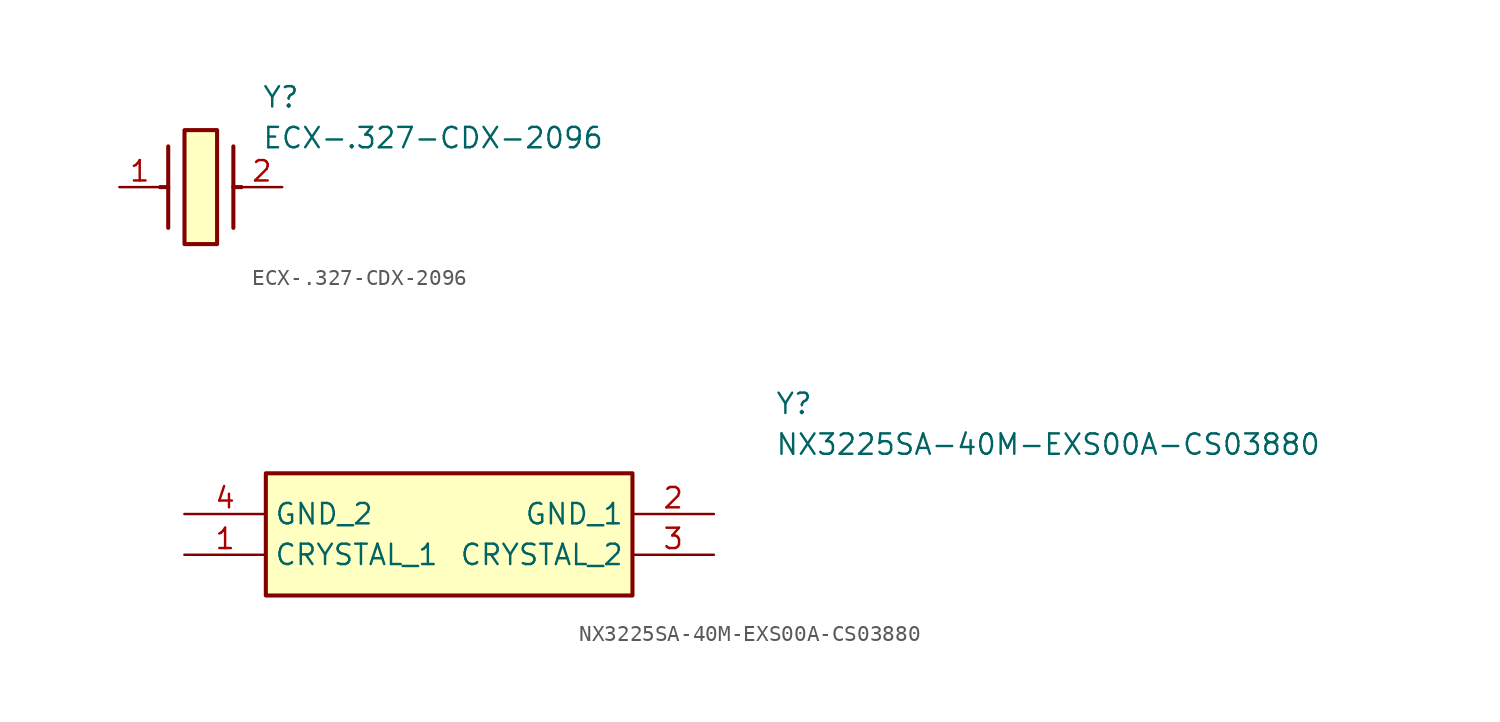
<source format=kicad_sym>
(kicad_symbol_lib
  (version 20241209)
  (generator "kicad_symbol_editor")
  (generator_version "9.0")
  (symbol "ECX-.327-CDX-2096"
    (pin_names
      (hide yes))
    (property "Reference" "Y"
      (at 8.89 6.35 0)
      (effects (font (size 1.27 1.27)) (justify left top)))
    (property "Value" "ECX-.327-CDX-2096"
      (at 8.89 3.81 0)
      (effects (font (size 1.27 1.27)) (justify left top)))
    (symbol "ECX-.327-CDX-2096_1_1"
      (polyline (pts (xy 3.048 2.54) (xy 3.048 -2.54)) (stroke (width 0.254) (type default)) (fill (type none)))
      (polyline (pts (xy 3.048 0) (xy 2.54 0)) (stroke (width 0.254) (type default)) (fill (type none)))
      (rectangle (start 4.064 3.556) (end 6.096 -3.556) (stroke (width 0.254) (type default)) (fill (type background)))
      (polyline (pts (xy 7.112 2.54) (xy 7.112 -2.54)) (stroke (width 0.254) (type default)) (fill (type none)))
      (polyline (pts (xy 7.112 0) (xy 7.62 0)) (stroke (width 0.254) (type default)) (fill (type none)))
      (pin passive line (at 0 0 0) (length 2.54) (name "1" (effects (font (size 1.27 1.27)))) (number "1" (effects (font (size 1.27 1.27)))))
      (pin passive line (at 10.16 0 180) (length 2.54) (name "2" (effects (font (size 1.27 1.27)))) (number "2" (effects (font (size 1.27 1.27)))))))
  (symbol "NX3225SA-40M-EXS00A-CS03880"
    (property "Reference" "Y"
      (at 36.83 7.62 0)
      (effects (font (size 1.27 1.27)) (justify left top)))
    (property "Value" "NX3225SA-40M-EXS00A-CS03880"
      (at 36.83 5.08 0)
      (effects (font (size 1.27 1.27)) (justify left top)))
    (symbol "NX3225SA-40M-EXS00A-CS03880_1_1"
      (rectangle (start 5.08 2.54) (end 27.94 -5.08) (stroke (width 0.254) (type default)) (fill (type background)))
      (pin passive line (at 0 0 0) (length 5.08) (name "GND_2" (effects (font (size 1.27 1.27)))) (number "4" (effects (font (size 1.27 1.27)))))
      (pin passive line (at 0 -2.54 0) (length 5.08) (name "CRYSTAL_1" (effects (font (size 1.27 1.27)))) (number "1" (effects (font (size 1.27 1.27)))))
      (pin passive line (at 33.02 0 180) (length 5.08) (name "GND_1" (effects (font (size 1.27 1.27)))) (number "2" (effects (font (size 1.27 1.27)))))
      (pin passive line (at 33.02 -2.54 180) (length 5.08) (name "CRYSTAL_2" (effects (font (size 1.27 1.27)))) (number "3" (effects (font (size 1.27 1.27))))))))
</source>
